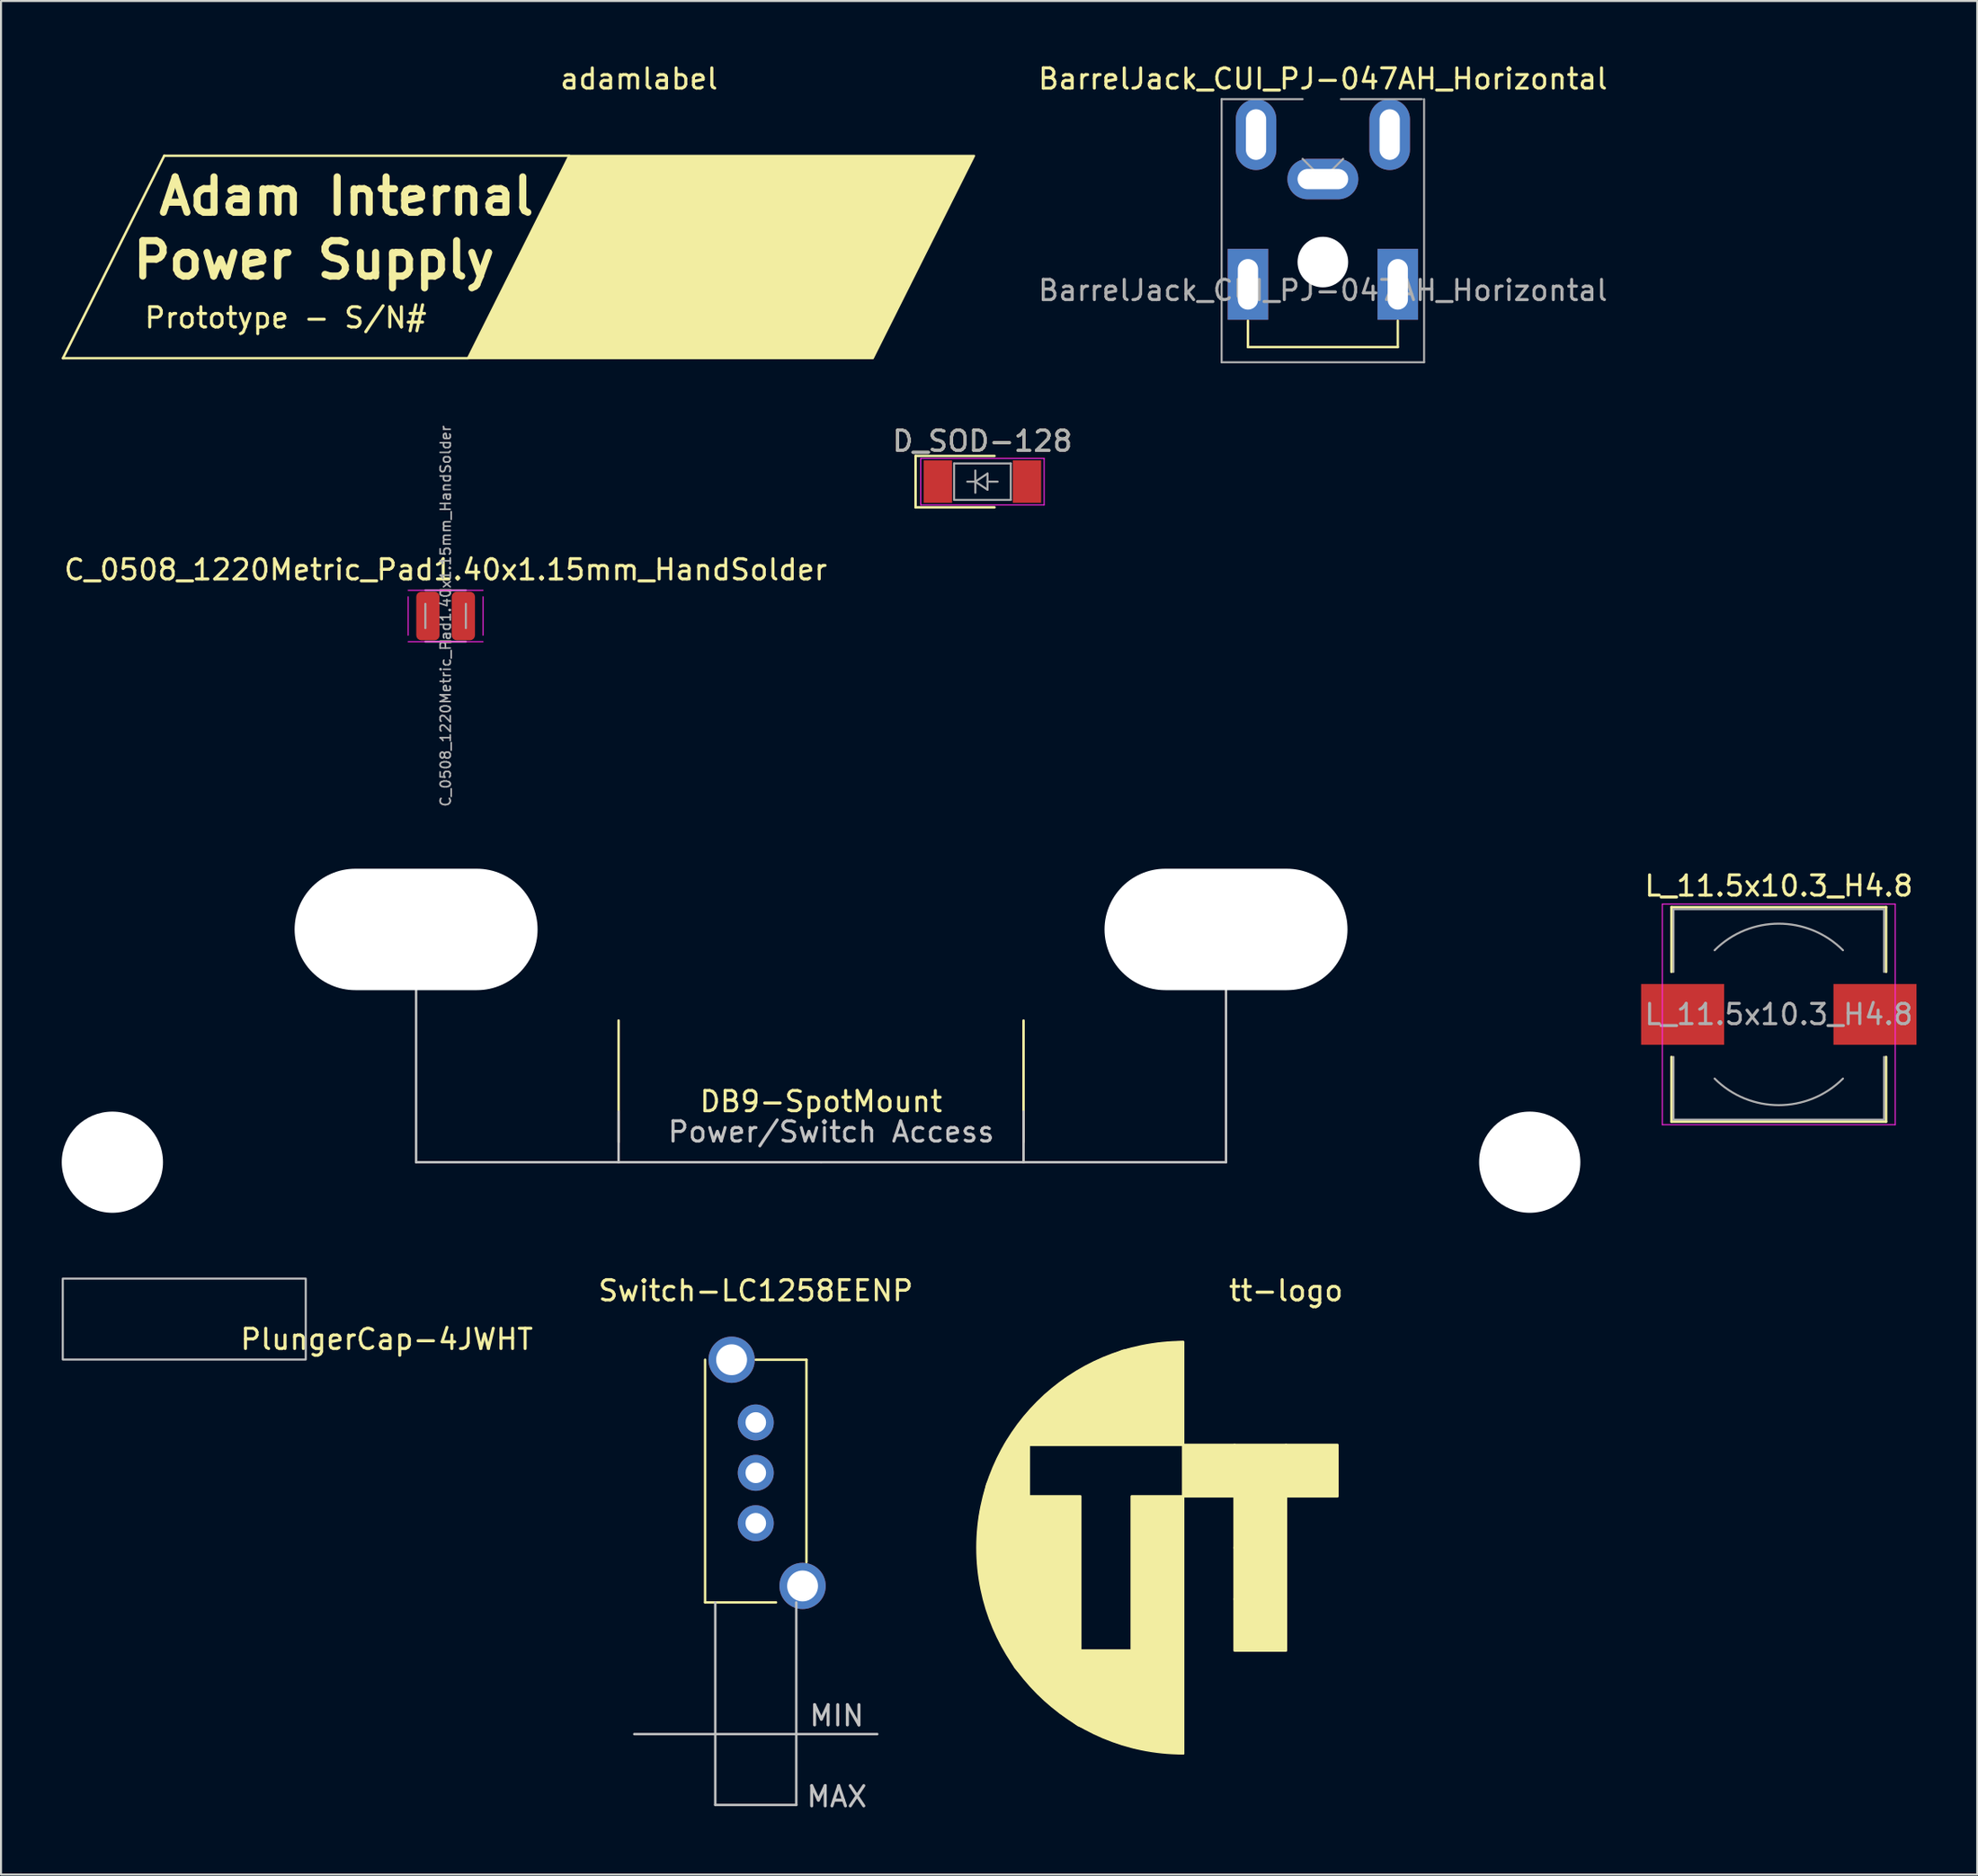
<source format=kicad_pcb>
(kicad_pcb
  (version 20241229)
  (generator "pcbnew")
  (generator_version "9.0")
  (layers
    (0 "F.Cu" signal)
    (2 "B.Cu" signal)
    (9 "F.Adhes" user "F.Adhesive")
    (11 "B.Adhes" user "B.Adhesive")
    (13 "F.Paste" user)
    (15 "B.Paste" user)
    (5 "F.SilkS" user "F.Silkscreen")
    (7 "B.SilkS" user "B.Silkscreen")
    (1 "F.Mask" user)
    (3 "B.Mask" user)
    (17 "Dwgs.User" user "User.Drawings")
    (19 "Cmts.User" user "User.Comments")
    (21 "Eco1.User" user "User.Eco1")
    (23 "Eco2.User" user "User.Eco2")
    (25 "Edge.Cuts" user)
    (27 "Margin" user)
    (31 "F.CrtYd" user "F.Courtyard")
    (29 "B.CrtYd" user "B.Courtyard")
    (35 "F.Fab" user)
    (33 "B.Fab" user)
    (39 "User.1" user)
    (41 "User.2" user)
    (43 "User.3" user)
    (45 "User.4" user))
  (footprint "Switch-LC1258EENP"
    (layer "F.Cu")
    (at 34.276 69.72)
    (property "Reference" "Switch-LC1258EENP" (at 0 -9 180) (layer "F.SilkS") (effects (font (size 1 1) (thickness 0.15))))
    (attr through_hole)
    (fp_line (start -2.502 6.401) (end -2.502 -5.588) (stroke (width 0.12) (type solid)) (layer "F.SilkS"))
    (fp_line (start 0 -5.588) (end 2.502 -5.588) (stroke (width 0.12) (type solid)) (layer "F.SilkS"))
    (fp_line (start 1 6.401) (end -2.502 6.401) (stroke (width 0.12) (type solid)) (layer "F.SilkS"))
    (fp_line (start 2.502 -5.588) (end 2.502 4.412) (stroke (width 0.12) (type solid)) (layer "F.SilkS"))
    (fp_line (start -6 12.908) (end 6 12.908) (stroke (width 0.12) (type solid)) (layer "Dwgs.User"))
    (fp_line (start -2 6.401) (end -2 16.408) (stroke (width 0.12) (type solid)) (layer "Dwgs.User"))
    (fp_line (start -2 16.408) (end 2 16.408) (stroke (width 0.12) (type solid)) (layer "Dwgs.User"))
    (fp_line (start 2 6.401) (end 2 16.408) (stroke (width 0.12) (type solid)) (layer "Dwgs.User"))
    (fp_text user "MIN" (at 4 12 0) (layer "Dwgs.User") (effects (font (size 1 1) (thickness 0.15))))
    (fp_text user "MAX" (at 4 16 0) (layer "Dwgs.User") (effects (font (size 1 1) (thickness 0.15))))
    (pad "1" thru_hole circle (at 0 -2.489 180) (size 1.778 1.778) (drill 1.016) (layers "*.Cu" "*.Mask"))
    (pad "2" thru_hole circle (at 0 0 180) (size 1.778 1.778) (drill 1.016) (layers "*.Cu" "*.Mask"))
    (pad "3" thru_hole circle (at 0 2.489 180) (size 1.778 1.778) (drill 1.016) (layers "*.Cu" "*.Mask"))
    (pad "MP" thru_hole circle (at -1.194 -5.588 180) (size 2.286 2.286) (drill 1.524) (layers "*.Cu" "*.Mask"))
    (pad "MP" thru_hole circle (at 2.311 5.588 180) (size 2.286 2.286) (drill 1.524) (layers "*.Cu" "*.Mask")))
  (footprint "D_SOD-128"
    (layer "F.Cu")
    (at 45.47 20.747)
    (property "Reference" "D_SOD-128" (at 0 -2 0) (layer "F.SilkS") (effects (font (size 1 1) (thickness 0.15))))
    (attr smd)
    (fp_line (start -3.302 -1.27) (end -3.302 1.27) (stroke (width 0.12) (type solid)) (layer "F.SilkS"))
    (fp_line (start -3.302 -1.27) (end 0.598 -1.27) (stroke (width 0.12) (type solid)) (layer "F.SilkS"))
    (fp_line (start -3.302 1.27) (end 0.598 1.27) (stroke (width 0.12) (type solid)) (layer "F.SilkS"))
    (fp_line (start -3.048 -1.15) (end -3.048 1.15) (stroke (width 0.05) (type solid)) (layer "F.CrtYd"))
    (fp_line (start -3.048 -1.15) (end 3.048 -1.15) (stroke (width 0.05) (type solid)) (layer "F.CrtYd"))
    (fp_line (start 3.048 -1.15) (end 3.048 1.15) (stroke (width 0.05) (type solid)) (layer "F.CrtYd"))
    (fp_line (start 3.048 1.15) (end -3.048 1.15) (stroke (width 0.05) (type solid)) (layer "F.CrtYd"))
    (fp_line (start -1.4 -0.9) (end 1.4 -0.9) (stroke (width 0.1) (type solid)) (layer "F.Fab"))
    (fp_line (start -1.4 0.9) (end -1.4 -0.9) (stroke (width 0.1) (type solid)) (layer "F.Fab"))
    (fp_line (start -0.75 0) (end -0.35 0) (stroke (width 0.1) (type solid)) (layer "F.Fab"))
    (fp_line (start -0.35 0) (end -0.35 -0.55) (stroke (width 0.1) (type solid)) (layer "F.Fab"))
    (fp_line (start -0.35 0) (end -0.35 0.55) (stroke (width 0.1) (type solid)) (layer "F.Fab"))
    (fp_line (start -0.35 0) (end 0.25 -0.4) (stroke (width 0.1) (type solid)) (layer "F.Fab"))
    (fp_line (start 0.25 -0.4) (end 0.25 0.4) (stroke (width 0.1) (type solid)) (layer "F.Fab"))
    (fp_line (start 0.25 0) (end 0.75 0) (stroke (width 0.1) (type solid)) (layer "F.Fab"))
    (fp_line (start 0.25 0.4) (end -0.35 0) (stroke (width 0.1) (type solid)) (layer "F.Fab"))
    (fp_line (start 1.4 -0.9) (end 1.4 0.9) (stroke (width 0.1) (type solid)) (layer "F.Fab"))
    (fp_line (start 1.4 0.9) (end -1.4 0.9) (stroke (width 0.1) (type solid)) (layer "F.Fab"))
    (fp_text user "${REFERENCE}" (at 0 -2 0) (layer "F.Fab") (effects (font (size 1 1) (thickness 0.15))))
    (pad "1" smd rect (at -2.2 0) (size 1.4 2.1) (layers "F.Cu" "F.Mask" "F.Paste"))
    (pad "2" smd rect (at 2.2 0) (size 1.4 2.1) (layers "F.Cu" "F.Mask" "F.Paste")))
  (footprint "L_11.5x10.3_H4.8"
    (layer "F.Cu")
    (at 84.8 47.07)
    (property "Reference" "L_11.5x10.3_H4.8" (at 0 -6.35 0) (layer "F.SilkS") (effects (font (size 1 1) (thickness 0.15))))
    (attr smd)
    (fp_line (start -5.3 -5.3) (end 5.3 -5.3) (stroke (width 0.12) (type solid)) (layer "F.SilkS"))
    (fp_line (start -5.3 -2.1) (end -5.3 -5.3) (stroke (width 0.12) (type solid)) (layer "F.SilkS"))
    (fp_line (start -5.3 5.3) (end -5.3 2.1) (stroke (width 0.12) (type solid)) (layer "F.SilkS"))
    (fp_line (start 5.3 -5.3) (end 5.3 -2.1) (stroke (width 0.12) (type solid)) (layer "F.SilkS"))
    (fp_line (start 5.3 2.1) (end 5.3 5.3) (stroke (width 0.12) (type solid)) (layer "F.SilkS"))
    (fp_line (start 5.3 5.3) (end -5.3 5.3) (stroke (width 0.12) (type solid)) (layer "F.SilkS"))
    (fp_line (start -5.75 -5.45) (end -5.75 5.45) (stroke (width 0.05) (type solid)) (layer "F.CrtYd"))
    (fp_line (start -5.75 5.45) (end 5.75 5.45) (stroke (width 0.05) (type solid)) (layer "F.CrtYd"))
    (fp_line (start 5.75 -5.45) (end -5.75 -5.45) (stroke (width 0.05) (type solid)) (layer "F.CrtYd"))
    (fp_line (start 5.75 5.45) (end 5.75 -5.45) (stroke (width 0.05) (type solid)) (layer "F.CrtYd"))
    (fp_line (start -5.2 -5.2) (end -5.2 -2.1) (stroke (width 0.1) (type solid)) (layer "F.Fab"))
    (fp_line (start -5.2 -5.2) (end 5.2 -5.2) (stroke (width 0.1) (type solid)) (layer "F.Fab"))
    (fp_line (start -5.2 5.2) (end -5.2 2.1) (stroke (width 0.1) (type solid)) (layer "F.Fab"))
    (fp_line (start -5.2 5.2) (end 5.2 5.2) (stroke (width 0.1) (type solid)) (layer "F.Fab"))
    (fp_line (start 5.2 -5.2) (end 5.2 -2.1) (stroke (width 0.1) (type solid)) (layer "F.Fab"))
    (fp_line (start 5.2 5.2) (end 5.2 2.1) (stroke (width 0.1) (type solid)) (layer "F.Fab"))
    (fp_arc (start -3.17 -3.17) (mid 0 -4.483057) (end 3.17 -3.17) (stroke (width 0.1) (type solid)) (layer "F.Fab"))
    (fp_arc (start 3.17 3.17) (mid 0 4.483057) (end -3.17 3.17) (stroke (width 0.1) (type solid)) (layer "F.Fab"))
    (fp_text user "${REFERENCE}" (at 0 0 0) (layer "F.Fab") (effects (font (size 1 1) (thickness 0.15))))
    (pad "1" smd rect (at -4.75 0) (size 4.1 3) (layers "F.Cu" "F.Mask" "F.Paste"))
    (pad "2" smd rect (at 4.75 0) (size 4.1 3) (layers "F.Cu" "F.Mask" "F.Paste")))
  (footprint "adamlabel"
    (layer "F.Cu")
    (at 20.06 14.648)
    (property "Reference" "adamlabel" (at 8.45 -13.8 0) (layer "F.SilkS") (effects (font (size 1 1) (thickness 0.15))))
    (attr through_hole)
    (fp_line (start -20 0) (end 0 0) (stroke (width 0.12) (type solid)) (layer "F.SilkS"))
    (fp_line (start -15 -10) (end -20 0) (stroke (width 0.12) (type solid)) (layer "F.SilkS"))
    (fp_line (start 5 -10) (end -15 -10) (stroke (width 0.12) (type solid)) (layer "F.SilkS"))
    (fp_poly (pts (xy 0 0) (xy 20 0) (xy 25 -10) (xy 5 -10)) (stroke (width 0.1) (type solid)) (fill yes) (layer "F.SilkS"))
    (fp_text user "Prototype - S/N#" (at -9 -2 0) (layer "F.SilkS") (effects (font (size 1 1) (thickness 0.15))))
    (fp_text user "Power Supply" (at -7.6 -4.85 0) (layer "F.SilkS") (effects (font (size 1.75 1.75) (thickness 0.35))))
    (fp_text user "Adam Internal" (at -6 -8 0) (layer "F.SilkS") (effects (font (size 1.75 1.75) (thickness 0.35)))))
  (footprint "tt-logo"
    (layer "F.Cu")
    (at 55.383 73.42)
    (property "Reference" "tt-logo" (at 5.08 -12.7 0) (unlocked yes) (layer "F.SilkS") (effects (font (size 1 1) (thickness 0.15))))
    (fp_rect (start 2.54 -2.54) (end 0 -5.08) (stroke (width 0.12) (type solid)) (fill yes) (layer "F.SilkS"))
    (fp_rect (start 5.08 -2.54) (end 2.54 -5.08) (stroke (width 0.12) (type solid)) (fill yes) (layer "F.SilkS"))
    (fp_rect (start 5.08 0) (end 2.54 -2.54) (stroke (width 0.12) (type solid)) (fill yes) (layer "F.SilkS"))
    (fp_rect (start 5.08 2.54) (end 2.54 0) (stroke (width 0.12) (type solid)) (fill yes) (layer "F.SilkS"))
    (fp_rect (start 5.08 5.08) (end 2.54 2.54) (stroke (width 0.12) (type solid)) (fill yes) (layer "F.SilkS"))
    (fp_rect (start 7.62 -2.54) (end 5.08 -5.08) (stroke (width 0.12) (type solid)) (fill yes) (layer "F.SilkS"))
    (fp_arc (start 0 10.16) (mid -10.16 0) (end 0 -10.16) (stroke (width 0.12) (type solid)) (layer "F.SilkS"))
    (fp_poly (pts (xy 0 -5.08) (xy -7.62 -5.08) (xy -7.62 -2.54) (xy -5.08 -2.54) (xy -5.08 5.08) (xy -2.54 5.08) (xy -2.54 -2.54) (xy 0 -2.54) (xy 0 10.16) (xy -0.813 10.058) (xy -2.413 9.855) (xy -3.505 9.474) (xy -5.182 8.763) (xy -6.045 8.153) (xy -7.112 7.214) (xy -8.28 5.918) (xy -8.992 4.699) (xy -9.5 3.505) (xy -9.881 2.21) (xy -10.084 0.864) (xy -10.135 -0.33) (xy -10.008 -1.651) (xy -9.677 -3.124) (xy -9.093 -4.42) (xy -8.788 -5.08) (xy -7.849 -6.426) (xy -6.782 -7.544) (xy -5.791 -8.331) (xy -4.572 -9.042) (xy -2.972 -9.728) (xy -1.245 -10.058) (xy 0 -10.16)) (stroke (width 0.12) (type solid)) (fill yes) (layer "F.SilkS")))
  (footprint "PlungerCap-4JWHT"
    (layer "F.Cu")
    (at 6.05 60.122)
    (property "Reference" "PlungerCap-4JWHT" (at 10 3 0) (layer "F.SilkS") (effects (font (size 1 1) (thickness 0.15))))
    (attr through_hole)
    (fp_poly (pts (xy -6 0) (xy -6 4) (xy 6 4) (xy 6 0)) (stroke (width 0.1) (type solid)) (fill no) (layer "Dwgs.User")))
  (footprint "BarrelJack_CUI_PJ-047AH_Horizontal"
    (layer "F.Cu")
    (at 62.283 5.798)
    (property "Reference" "BarrelJack_CUI_PJ-047AH_Horizontal" (at 0 -4.95 0) (layer "F.SilkS") (effects (font (size 1 1) (thickness 0.15))))
    (attr through_hole)
    (fp_line (start -3.7 8.3) (end -3.7 7) (stroke (width 0.12) (type solid)) (layer "F.SilkS"))
    (fp_line (start 3.7 8.3) (end -3.7 8.3) (stroke (width 0.12) (type solid)) (layer "F.SilkS"))
    (fp_line (start 3.7 8.3) (end 3.7 7) (stroke (width 0.12) (type solid)) (layer "F.SilkS"))
    (fp_line (start -5 -3.95) (end -1 -3.95) (stroke (width 0.1) (type solid)) (layer "F.Fab"))
    (fp_line (start -5 9.05) (end -5 -3.95) (stroke (width 0.1) (type solid)) (layer "F.Fab"))
    (fp_line (start -1 -1) (end 0 0) (stroke (width 0.1) (type solid)) (layer "F.Fab"))
    (fp_line (start 0 0) (end 1 -1) (stroke (width 0.1) (type solid)) (layer "F.Fab"))
    (fp_line (start 0.89 -3.95) (end 4.89 -3.95) (stroke (width 0.1) (type solid)) (layer "F.Fab"))
    (fp_line (start 5 -3.95) (end 5 9.05) (stroke (width 0.1) (type solid)) (layer "F.Fab"))
    (fp_line (start 5 9.05) (end -5 9.05) (stroke (width 0.1) (type solid)) (layer "F.Fab"))
    (fp_text user "${REFERENCE}" (at 0 5.5 0) (layer "F.Fab") (effects (font (size 1 1) (thickness 0.15))))
    (pad "" np_thru_hole circle (at 0 4.1) (size 2.5 2.5) (drill 2.5) (layers "*.Cu" "*.Mask"))
    (pad "1" thru_hole oval (at 3.3 -2.2 90) (size 3.5 2) (drill oval 2.5 1) (layers "*.Cu" "*.Mask"))
    (pad "2" thru_hole oval (at 0 0 180) (size 3.5 2) (drill oval 2.5 1) (layers "*.Cu" "*.Mask"))
    (pad "3" thru_hole oval (at -3.3 -2.2 90) (size 3.5 2) (drill oval 2.5 1) (layers "*.Cu" "*.Mask"))
    (pad "MP" thru_hole rect (at -3.7 5.2) (size 2 3.5) (drill oval 1 2.5) (layers "*.Cu" "*.Mask"))
    (pad "MP" thru_hole rect (at 3.7 5.2) (size 2 3.5) (drill oval 1 2.5) (layers "*.Cu" "*.Mask")))
  (footprint "C_0508_1220Metric_Pad1.40x1.15mm_HandSolder"
    (layer "F.Cu")
    (at 18.958 27.385)
    (property "Reference" "C_0508_1220Metric_Pad1.40x1.15mm_HandSolder" (at 0 -2.286 0) (layer "F.SilkS") (effects (font (size 1 1) (thickness 0.15))))
    (attr smd)
    (fp_line (start -0.269 -1.27) (end 0.254 -1.27) (stroke (width 0.12) (type solid)) (layer "F.SilkS"))
    (fp_line (start -0.269 1.27) (end 0.254 1.27) (stroke (width 0.12) (type solid)) (layer "F.SilkS"))
    (fp_line (start -1.85 -1.27) (end 1.85 -1.27) (stroke (width 0.05) (type solid)) (layer "F.CrtYd"))
    (fp_line (start -1.85 0.95) (end -1.85 -0.95) (stroke (width 0.05) (type solid)) (layer "F.CrtYd"))
    (fp_line (start 1.85 -0.95) (end 1.85 0.95) (stroke (width 0.05) (type solid)) (layer "F.CrtYd"))
    (fp_line (start 1.85 1.27) (end -1.85 1.27) (stroke (width 0.05) (type solid)) (layer "F.CrtYd"))
    (fp_line (start -1 -1.27) (end 1 -1.27) (stroke (width 0.1) (type solid)) (layer "F.Fab"))
    (fp_line (start -1 0.6) (end -1 -0.6) (stroke (width 0.1) (type solid)) (layer "F.Fab"))
    (fp_line (start 1 -0.6) (end 1 0.6) (stroke (width 0.1) (type solid)) (layer "F.Fab"))
    (fp_line (start 1 1.27) (end -1 1.27) (stroke (width 0.1) (type solid)) (layer "F.Fab"))
    (fp_text user "${REFERENCE}" (at 0 0 90) (layer "F.Fab") (effects (font (size 0.5 0.5) (thickness 0.08))))
    (pad "1" smd roundrect (at -0.875 0) (size 1.15 2.4) (layers "F.Cu" "F.Mask" "F.Paste") (roundrect_rratio 0.217))
    (pad "2" smd roundrect (at 0.875 0) (size 1.15 2.4) (layers "F.Cu" "F.Mask" "F.Paste") (roundrect_rratio 0.217)))
  (footprint "DB9-SpotMount"
    (layer "F.Cu")
    (at 37.5 54.372)
    (property "Reference" "DB9-SpotMount" (at 0 -3 0) (layer "F.SilkS") (effects (font (size 1 1) (thickness 0.15))))
    (attr through_hole)
    (fp_line (start -10 -1) (end -10 -7) (stroke (width 0.12) (type solid)) (layer "F.SilkS"))
    (fp_line (start 10 -1) (end 10 -7) (stroke (width 0.12) (type solid)) (layer "F.SilkS"))
    (fp_line (start -20 0) (end -20 -11.5) (stroke (width 0.12) (type solid)) (layer "Dwgs.User"))
    (fp_line (start -10 -2.5) (end -10 0) (stroke (width 0.12) (type solid)) (layer "Dwgs.User"))
    (fp_line (start -10 0) (end -20 0) (stroke (width 0.12) (type solid)) (layer "Dwgs.User"))
    (fp_line (start 0 0) (end -10 0) (stroke (width 0.12) (type solid)) (layer "Dwgs.User"))
    (fp_line (start 0 0) (end 10 0) (stroke (width 0.12) (type solid)) (layer "Dwgs.User"))
    (fp_line (start 10 0) (end 10 -2.5) (stroke (width 0.12) (type solid)) (layer "Dwgs.User"))
    (fp_line (start 10 0) (end 20 0) (stroke (width 0.12) (type solid)) (layer "Dwgs.User"))
    (fp_line (start 20 0) (end 20 -11.5) (stroke (width 0.12) (type solid)) (layer "Dwgs.User"))
    (fp_text user "Power/Switch Access" (at 0.5 -1.5 0) (layer "Dwgs.User") (effects (font (size 1 1) (thickness 0.15))))
    (pad "" np_thru_hole circle (at -35 0) (size 5 5) (drill 5) (layers "*.Cu" "*.Mask"))
    (pad "" np_thru_hole oval (at -20 -11.5) (size 12 6) (drill oval 12 6) (layers "*.Cu" "*.Mask"))
    (pad "" np_thru_hole oval (at 20 -11.5) (size 12 6) (drill oval 12 6) (layers "*.Cu" "*.Mask"))
    (pad "" np_thru_hole circle (at 35 0) (size 5 5) (drill 5) (layers "*.Cu" "*.Mask")))
  (gr_rect
    (start -3 -3)
    (end 94.6 89.568)
    (stroke (width 0.1) (type default))
    (fill no)
    (layer "Edge.Cuts")))
</source>
